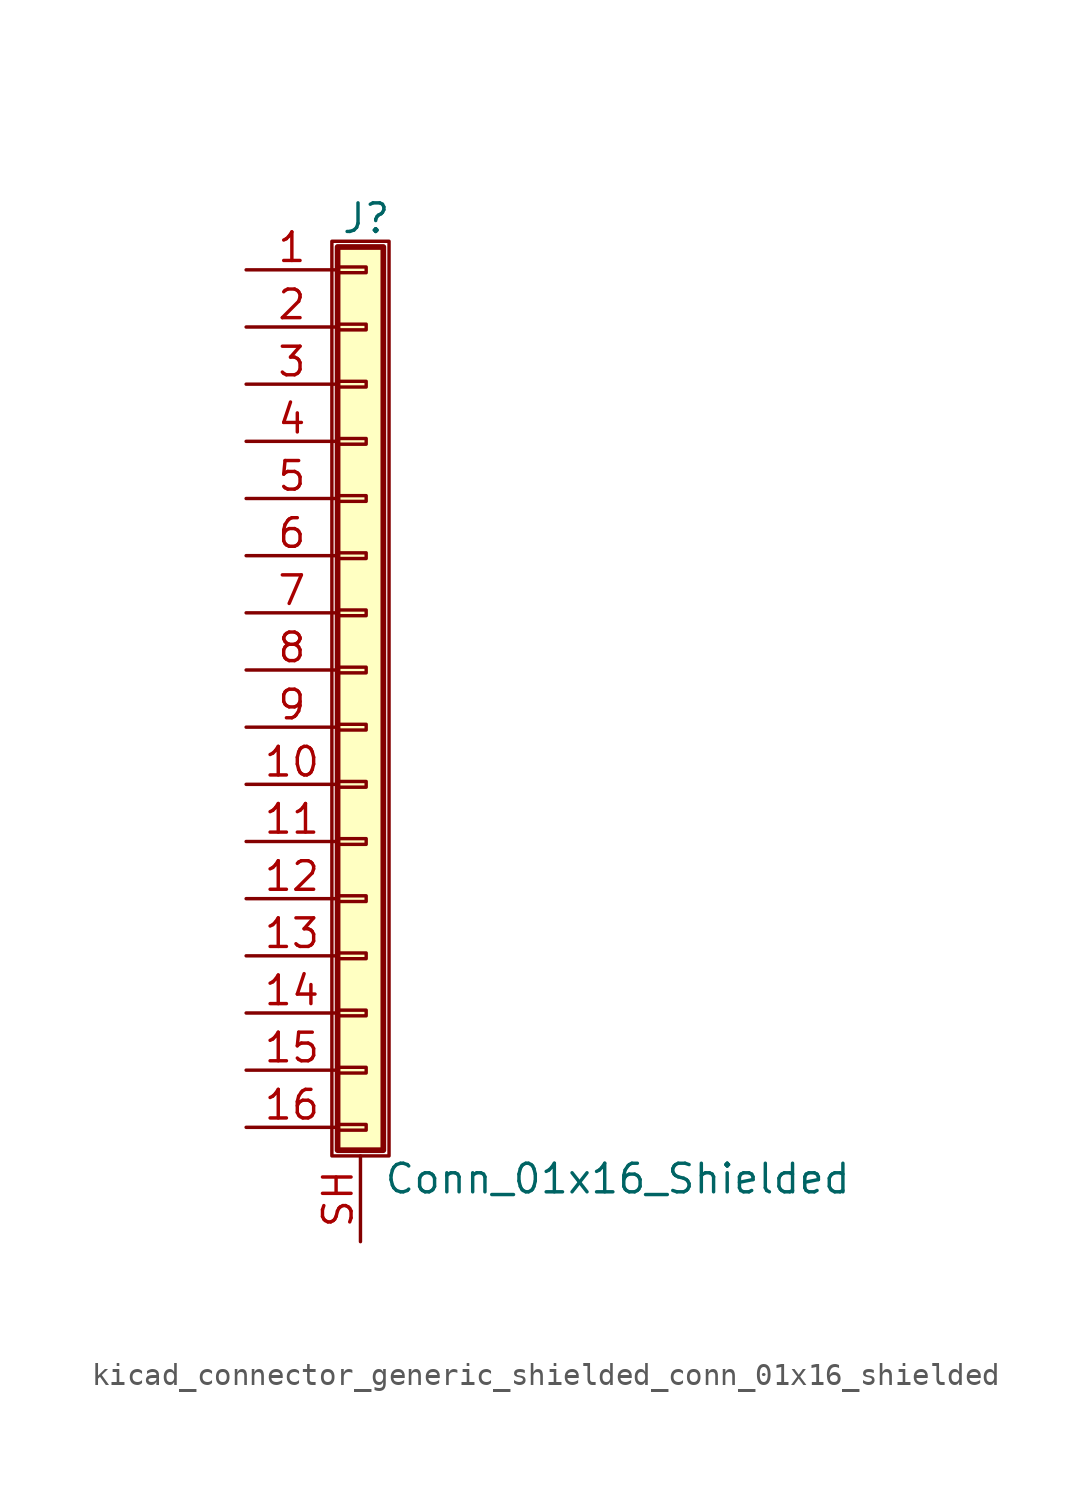
<source format=kicad_sym>
(kicad_symbol_lib
  (version 20220914)
  (generator kicad_symbol_editor)
  (symbol "kicad_connector_generic_shielded_conn_01x16_shielded"
    (pin_names
      (offset 1.016) hide)
    (property "Reference" "J"
      (at 0.254 20.066 0)
      (effects (font (size 1.27 1.27))))
    (property "Value" "Conn_01x16_Shielded"
      (at 1.016 -22.606 0)
      (effects (font (size 1.27 1.27)) (justify left)))
    (symbol "kicad_connector_generic_shielded_conn_01x16_shielded_1_1"
      (rectangle (start -1.27 19.05) (end 1.27 -21.59) (stroke (width 0.152) (type default)) (fill (type none)))
      (rectangle (start -1.016 -20.193) (end 0.254 -20.447) (stroke (width 0.152) (type default)) (fill (type none)))
      (rectangle (start -1.016 -17.653) (end 0.254 -17.907) (stroke (width 0.152) (type default)) (fill (type none)))
      (rectangle (start -1.016 -15.113) (end 0.254 -15.367) (stroke (width 0.152) (type default)) (fill (type none)))
      (rectangle (start -1.016 -12.573) (end 0.254 -12.827) (stroke (width 0.152) (type default)) (fill (type none)))
      (rectangle (start -1.016 -10.033) (end 0.254 -10.287) (stroke (width 0.152) (type default)) (fill (type none)))
      (rectangle (start -1.016 -7.493) (end 0.254 -7.747) (stroke (width 0.152) (type default)) (fill (type none)))
      (rectangle (start -1.016 -4.953) (end 0.254 -5.207) (stroke (width 0.152) (type default)) (fill (type none)))
      (rectangle (start -1.016 -2.413) (end 0.254 -2.667) (stroke (width 0.152) (type default)) (fill (type none)))
      (rectangle (start -1.016 0.127) (end 0.254 -0.127) (stroke (width 0.152) (type default)) (fill (type none)))
      (rectangle (start -1.016 2.667) (end 0.254 2.413) (stroke (width 0.152) (type default)) (fill (type none)))
      (rectangle (start -1.016 5.207) (end 0.254 4.953) (stroke (width 0.152) (type default)) (fill (type none)))
      (rectangle (start -1.016 7.747) (end 0.254 7.493) (stroke (width 0.152) (type default)) (fill (type none)))
      (rectangle (start -1.016 10.287) (end 0.254 10.033) (stroke (width 0.152) (type default)) (fill (type none)))
      (rectangle (start -1.016 12.827) (end 0.254 12.573) (stroke (width 0.152) (type default)) (fill (type none)))
      (rectangle (start -1.016 15.367) (end 0.254 15.113) (stroke (width 0.152) (type default)) (fill (type none)))
      (rectangle (start -1.016 17.907) (end 0.254 17.653) (stroke (width 0.152) (type default)) (fill (type none)))
      (rectangle (start -1.016 18.796) (end 1.016 -21.336) (stroke (width 0.254) (type default)) (fill (type background)))
      (pin passive line (at -5.08 17.78 0) (length 4.064) (name "Pin_1" (effects (font (size 1.27 1.27)))) (number "1" (effects (font (size 1.27 1.27)))))
      (pin passive line (at -5.08 -5.08 0) (length 4.064) (name "Pin_10" (effects (font (size 1.27 1.27)))) (number "10" (effects (font (size 1.27 1.27)))))
      (pin passive line (at -5.08 -7.62 0) (length 4.064) (name "Pin_11" (effects (font (size 1.27 1.27)))) (number "11" (effects (font (size 1.27 1.27)))))
      (pin passive line (at -5.08 -10.16 0) (length 4.064) (name "Pin_12" (effects (font (size 1.27 1.27)))) (number "12" (effects (font (size 1.27 1.27)))))
      (pin passive line (at -5.08 -12.7 0) (length 4.064) (name "Pin_13" (effects (font (size 1.27 1.27)))) (number "13" (effects (font (size 1.27 1.27)))))
      (pin passive line (at -5.08 -15.24 0) (length 4.064) (name "Pin_14" (effects (font (size 1.27 1.27)))) (number "14" (effects (font (size 1.27 1.27)))))
      (pin passive line (at -5.08 -17.78 0) (length 4.064) (name "Pin_15" (effects (font (size 1.27 1.27)))) (number "15" (effects (font (size 1.27 1.27)))))
      (pin passive line (at -5.08 -20.32 0) (length 4.064) (name "Pin_16" (effects (font (size 1.27 1.27)))) (number "16" (effects (font (size 1.27 1.27)))))
      (pin passive line (at -5.08 15.24 0) (length 4.064) (name "Pin_2" (effects (font (size 1.27 1.27)))) (number "2" (effects (font (size 1.27 1.27)))))
      (pin passive line (at -5.08 12.7 0) (length 4.064) (name "Pin_3" (effects (font (size 1.27 1.27)))) (number "3" (effects (font (size 1.27 1.27)))))
      (pin passive line (at -5.08 10.16 0) (length 4.064) (name "Pin_4" (effects (font (size 1.27 1.27)))) (number "4" (effects (font (size 1.27 1.27)))))
      (pin passive line (at -5.08 7.62 0) (length 4.064) (name "Pin_5" (effects (font (size 1.27 1.27)))) (number "5" (effects (font (size 1.27 1.27)))))
      (pin passive line (at -5.08 5.08 0) (length 4.064) (name "Pin_6" (effects (font (size 1.27 1.27)))) (number "6" (effects (font (size 1.27 1.27)))))
      (pin passive line (at -5.08 2.54 0) (length 4.064) (name "Pin_7" (effects (font (size 1.27 1.27)))) (number "7" (effects (font (size 1.27 1.27)))))
      (pin passive line (at -5.08 0 0) (length 4.064) (name "Pin_8" (effects (font (size 1.27 1.27)))) (number "8" (effects (font (size 1.27 1.27)))))
      (pin passive line (at -5.08 -2.54 0) (length 4.064) (name "Pin_9" (effects (font (size 1.27 1.27)))) (number "9" (effects (font (size 1.27 1.27)))))
      (pin passive line (at 0 -25.4 90) (length 3.81) (name "Shield" (effects (font (size 1.27 1.27)))) (number "SH" (effects (font (size 1.27 1.27))))))))
</source>
